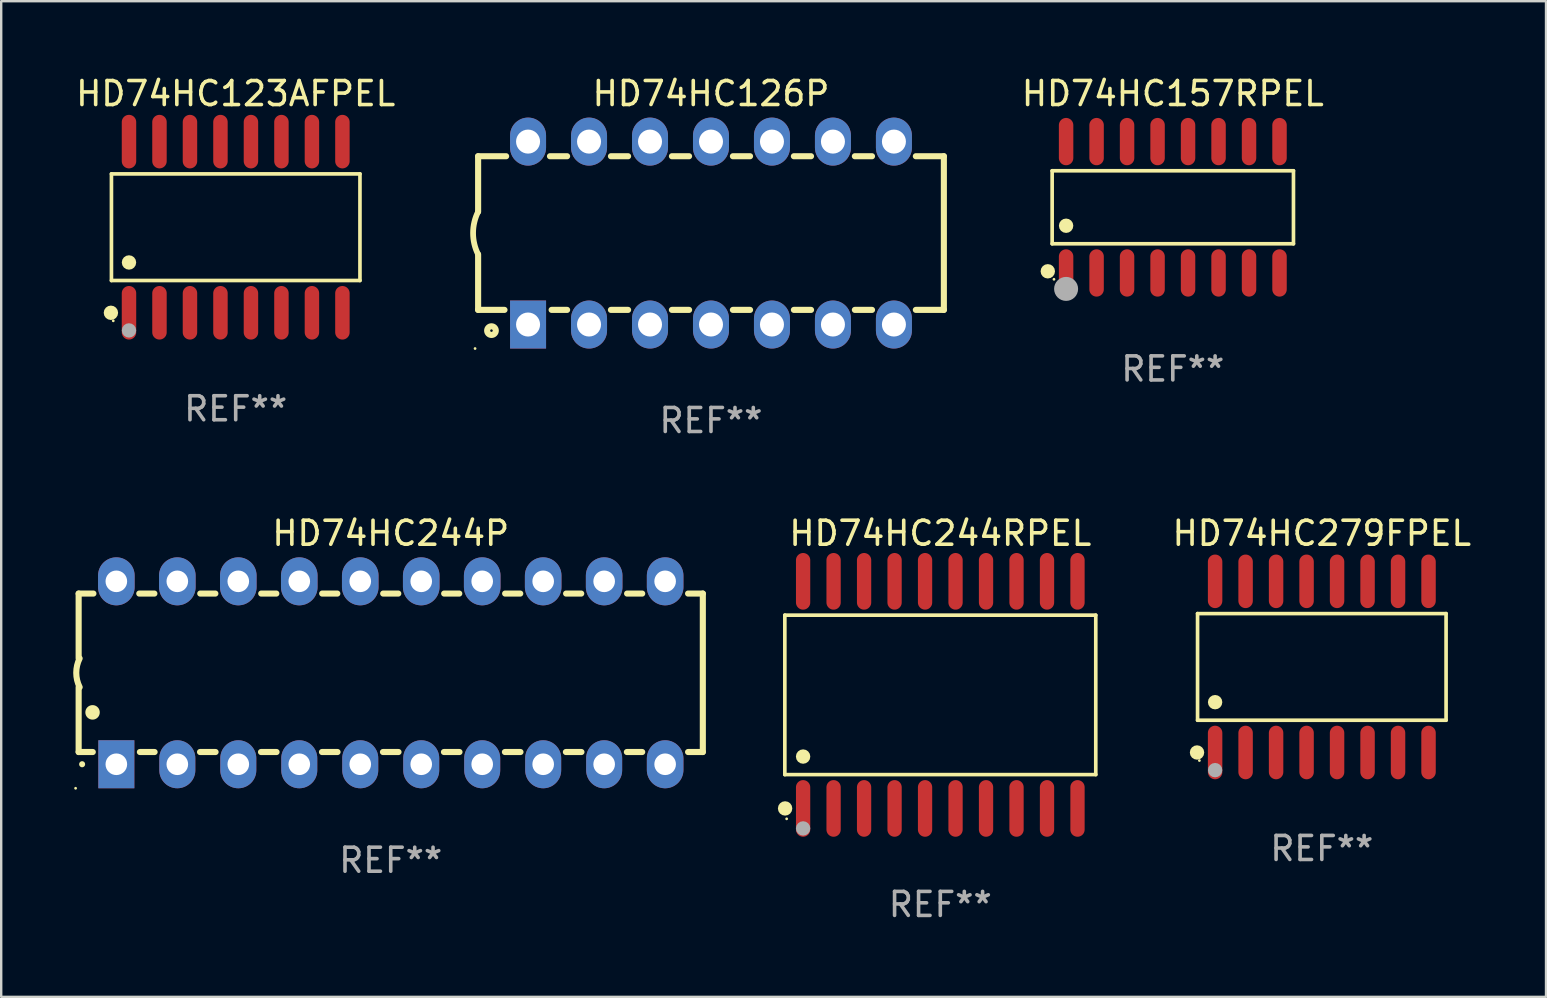
<source format=kicad_pcb>
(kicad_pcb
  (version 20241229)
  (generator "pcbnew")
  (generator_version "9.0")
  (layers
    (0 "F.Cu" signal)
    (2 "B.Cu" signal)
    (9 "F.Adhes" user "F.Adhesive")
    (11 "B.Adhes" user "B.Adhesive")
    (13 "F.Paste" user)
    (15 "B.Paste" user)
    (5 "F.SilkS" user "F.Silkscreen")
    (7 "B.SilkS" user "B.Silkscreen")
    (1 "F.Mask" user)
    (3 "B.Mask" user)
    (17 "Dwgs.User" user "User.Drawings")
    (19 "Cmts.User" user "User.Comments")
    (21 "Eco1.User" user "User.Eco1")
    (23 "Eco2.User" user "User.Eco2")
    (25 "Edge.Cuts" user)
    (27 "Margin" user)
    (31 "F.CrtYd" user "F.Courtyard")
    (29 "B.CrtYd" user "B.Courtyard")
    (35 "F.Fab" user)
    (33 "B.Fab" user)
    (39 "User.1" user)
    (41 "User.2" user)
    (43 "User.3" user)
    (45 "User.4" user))
  (footprint "HD74HC123AFPEL"
    (layer "F.Cu")
    (at 6.768 6.414)
    (property "Reference" "HD74HC123AFPEL" (at 0 -5.565 0) (layer "F.SilkS") (effects (font (size 1 1) (thickness 0.15))))
    (attr through_hole)
    (fp_line (start -5.176 -2.221) (end 5.176 -2.221) (stroke (width 0.152) (type solid)) (layer "F.SilkS"))
    (fp_line (start -5.176 2.221) (end -5.176 -2.221) (stroke (width 0.152) (type solid)) (layer "F.SilkS"))
    (fp_line (start 5.176 -2.221) (end 5.176 2.221) (stroke (width 0.152) (type solid)) (layer "F.SilkS"))
    (fp_line (start 5.176 2.221) (end -5.176 2.221) (stroke (width 0.152) (type solid)) (layer "F.SilkS"))
    (fp_circle (center -5.198 3.565) (end -5.048 3.565) (stroke (width 0.3) (type solid)) (fill no) (layer "F.SilkS"))
    (fp_circle (center -5.1 3.9) (end -5.07 3.9) (stroke (width 0.06) (type solid)) (fill no) (layer "F.SilkS"))
    (fp_circle (center -4.445 1.469) (end -4.295 1.469) (stroke (width 0.3) (type solid)) (fill no) (layer "F.SilkS"))
    (fp_circle (center -4.445 4.3) (end -4.295 4.3) (stroke (width 0.3) (type solid)) (fill no) (layer "F.Fab"))
    (fp_text user "REF**" (at 0 7.565 0) (layer "F.Fab") (effects (font (size 1 1) (thickness 0.15))))
    (pad "1" smd oval (at -4.445 3.565) (size 0.602 2.231) (layers "F.Cu" "F.Mask" "F.Paste"))
    (pad "2" smd oval (at -3.175 3.565) (size 0.602 2.231) (layers "F.Cu" "F.Mask" "F.Paste"))
    (pad "3" smd oval (at -1.905 3.565) (size 0.602 2.231) (layers "F.Cu" "F.Mask" "F.Paste"))
    (pad "4" smd oval (at -0.635 3.565) (size 0.602 2.231) (layers "F.Cu" "F.Mask" "F.Paste"))
    (pad "5" smd oval (at 0.635 3.565) (size 0.602 2.231) (layers "F.Cu" "F.Mask" "F.Paste"))
    (pad "6" smd oval (at 1.905 3.565) (size 0.602 2.231) (layers "F.Cu" "F.Mask" "F.Paste"))
    (pad "7" smd oval (at 3.175 3.565) (size 0.602 2.231) (layers "F.Cu" "F.Mask" "F.Paste"))
    (pad "8" smd oval (at 4.445 3.565) (size 0.602 2.231) (layers "F.Cu" "F.Mask" "F.Paste"))
    (pad "9" smd oval (at 4.445 -3.565) (size 0.602 2.231) (layers "F.Cu" "F.Mask" "F.Paste"))
    (pad "10" smd oval (at 3.175 -3.565) (size 0.602 2.231) (layers "F.Cu" "F.Mask" "F.Paste"))
    (pad "11" smd oval (at 1.905 -3.565) (size 0.602 2.231) (layers "F.Cu" "F.Mask" "F.Paste"))
    (pad "12" smd oval (at 0.635 -3.565) (size 0.602 2.231) (layers "F.Cu" "F.Mask" "F.Paste"))
    (pad "13" smd oval (at -0.635 -3.565) (size 0.602 2.231) (layers "F.Cu" "F.Mask" "F.Paste"))
    (pad "14" smd oval (at -1.905 -3.565) (size 0.602 2.231) (layers "F.Cu" "F.Mask" "F.Paste"))
    (pad "15" smd oval (at -3.175 -3.565) (size 0.602 2.231) (layers "F.Cu" "F.Mask" "F.Paste"))
    (pad "16" smd oval (at -4.445 -3.565) (size 0.602 2.231) (layers "F.Cu" "F.Mask" "F.Paste")))
  (footprint "HD74HC157RPEL"
    (layer "F.Cu")
    (at 45.803 5.584)
    (property "Reference" "HD74HC157RPEL" (at 0 -4.736 0) (layer "F.SilkS") (effects (font (size 1 1) (thickness 0.15))))
    (attr through_hole)
    (fp_line (start -5.026 -1.521) (end 5.026 -1.521) (stroke (width 0.152) (type solid)) (layer "F.SilkS"))
    (fp_line (start -5.026 1.521) (end -5.026 -1.521) (stroke (width 0.152) (type solid)) (layer "F.SilkS"))
    (fp_line (start 5.026 -1.521) (end 5.026 1.521) (stroke (width 0.152) (type solid)) (layer "F.SilkS"))
    (fp_line (start 5.026 1.521) (end -5.026 1.521) (stroke (width 0.152) (type solid)) (layer "F.SilkS"))
    (fp_circle (center -5.207 2.667) (end -5.057 2.667) (stroke (width 0.3) (type solid)) (fill no) (layer "F.SilkS"))
    (fp_circle (center -4.95 3) (end -4.92 3) (stroke (width 0.06) (type solid)) (fill no) (layer "F.SilkS"))
    (fp_circle (center -4.445 0.769) (end -4.295 0.769) (stroke (width 0.3) (type solid)) (fill no) (layer "F.SilkS"))
    (fp_circle (center -4.445 3.4) (end -4.195 3.4) (stroke (width 0.5) (type solid)) (fill no) (layer "F.Fab"))
    (fp_text user "REF**" (at 0 6.736 0) (layer "F.Fab") (effects (font (size 1 1) (thickness 0.15))))
    (pad "1" smd oval (at -4.445 2.736) (size 0.602 1.971) (layers "F.Cu" "F.Mask" "F.Paste"))
    (pad "2" smd oval (at -3.175 2.736) (size 0.602 1.971) (layers "F.Cu" "F.Mask" "F.Paste"))
    (pad "3" smd oval (at -1.905 2.736) (size 0.602 1.971) (layers "F.Cu" "F.Mask" "F.Paste"))
    (pad "4" smd oval (at -0.635 2.736) (size 0.602 1.971) (layers "F.Cu" "F.Mask" "F.Paste"))
    (pad "5" smd oval (at 0.635 2.736) (size 0.602 1.971) (layers "F.Cu" "F.Mask" "F.Paste"))
    (pad "6" smd oval (at 1.905 2.736) (size 0.602 1.971) (layers "F.Cu" "F.Mask" "F.Paste"))
    (pad "7" smd oval (at 3.175 2.736) (size 0.602 1.971) (layers "F.Cu" "F.Mask" "F.Paste"))
    (pad "8" smd oval (at 4.445 2.736) (size 0.602 1.971) (layers "F.Cu" "F.Mask" "F.Paste"))
    (pad "9" smd oval (at 4.445 -2.736) (size 0.602 1.971) (layers "F.Cu" "F.Mask" "F.Paste"))
    (pad "10" smd oval (at 3.175 -2.736) (size 0.602 1.971) (layers "F.Cu" "F.Mask" "F.Paste"))
    (pad "11" smd oval (at 1.905 -2.736) (size 0.602 1.971) (layers "F.Cu" "F.Mask" "F.Paste"))
    (pad "12" smd oval (at 0.635 -2.736) (size 0.602 1.971) (layers "F.Cu" "F.Mask" "F.Paste"))
    (pad "13" smd oval (at -0.635 -2.736) (size 0.602 1.971) (layers "F.Cu" "F.Mask" "F.Paste"))
    (pad "14" smd oval (at -1.905 -2.736) (size 0.602 1.971) (layers "F.Cu" "F.Mask" "F.Paste"))
    (pad "15" smd oval (at -3.175 -2.736) (size 0.602 1.971) (layers "F.Cu" "F.Mask" "F.Paste"))
    (pad "16" smd oval (at -4.445 -2.736) (size 0.602 1.971) (layers "F.Cu" "F.Mask" "F.Paste")))
  (footprint "HD74HC244P"
    (layer "F.Cu")
    (at 13.226 24.975)
    (property "Reference" "HD74HC244P" (at 0 -5.81 0) (layer "F.SilkS") (effects (font (size 1 1) (thickness 0.15))))
    (attr through_hole)
    (fp_line (start -13 -3.3) (end -12.385 -3.3) (stroke (width 0.254) (type solid)) (layer "F.SilkS"))
    (fp_line (start -13 -0.6) (end -13 -3.3) (stroke (width 0.254) (type solid)) (layer "F.SilkS"))
    (fp_line (start -13 3.3) (end -13 0.6) (stroke (width 0.254) (type solid)) (layer "F.SilkS"))
    (fp_line (start -13 3.3) (end -12.411 3.3) (stroke (width 0.254) (type solid)) (layer "F.SilkS"))
    (fp_line (start -10.475 -3.3) (end -9.845 -3.3) (stroke (width 0.254) (type solid)) (layer "F.SilkS"))
    (fp_line (start -10.449 3.3) (end -9.836 3.3) (stroke (width 0.254) (type solid)) (layer "F.SilkS"))
    (fp_line (start -7.944 3.3) (end -7.296 3.3) (stroke (width 0.254) (type solid)) (layer "F.SilkS"))
    (fp_line (start -7.935 -3.3) (end -7.305 -3.3) (stroke (width 0.254) (type solid)) (layer "F.SilkS"))
    (fp_line (start -5.404 3.3) (end -4.756 3.3) (stroke (width 0.254) (type solid)) (layer "F.SilkS"))
    (fp_line (start -5.395 -3.3) (end -4.765 -3.3) (stroke (width 0.254) (type solid)) (layer "F.SilkS"))
    (fp_line (start -2.864 3.3) (end -2.216 3.3) (stroke (width 0.254) (type solid)) (layer "F.SilkS"))
    (fp_line (start -2.855 -3.3) (end -2.225 -3.3) (stroke (width 0.254) (type solid)) (layer "F.SilkS"))
    (fp_line (start -0.324 3.3) (end 0.324 3.3) (stroke (width 0.254) (type solid)) (layer "F.SilkS"))
    (fp_line (start -0.315 -3.3) (end 0.315 -3.3) (stroke (width 0.254) (type solid)) (layer "F.SilkS"))
    (fp_line (start 2.216 3.3) (end 2.864 3.3) (stroke (width 0.254) (type solid)) (layer "F.SilkS"))
    (fp_line (start 2.225 -3.3) (end 2.855 -3.3) (stroke (width 0.254) (type solid)) (layer "F.SilkS"))
    (fp_line (start 4.756 3.3) (end 5.404 3.3) (stroke (width 0.254) (type solid)) (layer "F.SilkS"))
    (fp_line (start 4.765 -3.3) (end 5.395 -3.3) (stroke (width 0.254) (type solid)) (layer "F.SilkS"))
    (fp_line (start 7.296 3.3) (end 7.944 3.3) (stroke (width 0.254) (type solid)) (layer "F.SilkS"))
    (fp_line (start 7.305 -3.3) (end 7.935 -3.3) (stroke (width 0.254) (type solid)) (layer "F.SilkS"))
    (fp_line (start 9.836 3.3) (end 10.475 3.3) (stroke (width 0.254) (type solid)) (layer "F.SilkS"))
    (fp_line (start 9.845 -3.3) (end 10.475 -3.3) (stroke (width 0.254) (type solid)) (layer "F.SilkS"))
    (fp_line (start 12.385 -3.3) (end 13 -3.3) (stroke (width 0.254) (type solid)) (layer "F.SilkS"))
    (fp_line (start 12.385 3.3) (end 13 3.3) (stroke (width 0.254) (type solid)) (layer "F.SilkS"))
    (fp_line (start 13 -3.3) (end 13 3.3) (stroke (width 0.254) (type solid)) (layer "F.SilkS"))
    (fp_arc (start -12.957557 0.599721) (mid -13.099295 0.000123) (end -12.958598 -0.599721) (stroke (width 0.254001) (type solid)) (layer "F.SilkS"))
    (fp_arc (start -12.854966 3.810008) (mid -12.854973 3.808738) (end -12.854966 3.807468) (stroke (width 0.25) (type solid)) (layer "F.SilkS"))
    (fp_arc (start -12.420625 1.651003) (mid -12.420636 1.648463) (end -12.420625 1.645923) (stroke (width 0.6) (type solid)) (layer "F.SilkS"))
    (fp_circle (center -13.127 4.81) (end -13.097 4.81) (stroke (width 0.06) (type solid)) (fill no) (layer "F.SilkS"))
    (fp_text user "REF**" (at 0 7.81 0) (layer "F.Fab") (effects (font (size 1 1) (thickness 0.15))))
    (pad "1" thru_hole rect (at -11.43 3.81 90) (size 2 1.5) (drill 0.9) (layers "*.Cu" "*.Mask"))
    (pad "2" thru_hole oval (at -8.89 3.81 90) (size 2 1.5) (drill 0.9) (layers "*.Cu" "*.Mask"))
    (pad "3" thru_hole oval (at -6.35 3.81 90) (size 2 1.5) (drill 0.9) (layers "*.Cu" "*.Mask"))
    (pad "4" thru_hole oval (at -3.81 3.81 90) (size 2 1.5) (drill 0.9) (layers "*.Cu" "*.Mask"))
    (pad "5" thru_hole oval (at -1.27 3.81 90) (size 2 1.5) (drill 0.9) (layers "*.Cu" "*.Mask"))
    (pad "6" thru_hole oval (at 1.27 3.81 90) (size 2 1.5) (drill 0.9) (layers "*.Cu" "*.Mask"))
    (pad "7" thru_hole oval (at 3.81 3.81 90) (size 2 1.5) (drill 0.9) (layers "*.Cu" "*.Mask"))
    (pad "8" thru_hole oval (at 6.35 3.81 90) (size 2 1.5) (drill 0.9) (layers "*.Cu" "*.Mask"))
    (pad "9" thru_hole oval (at 8.89 3.81 90) (size 2 1.5) (drill 0.9) (layers "*.Cu" "*.Mask"))
    (pad "10" thru_hole oval (at 11.43 3.81 90) (size 2 1.524) (drill 0.9) (layers "*.Cu" "*.Mask"))
    (pad "11" thru_hole oval (at 11.43 -3.81 90) (size 2 1.524) (drill 0.9) (layers "*.Cu" "*.Mask"))
    (pad "12" thru_hole oval (at 8.89 -3.81 90) (size 2 1.524) (drill 0.9) (layers "*.Cu" "*.Mask"))
    (pad "13" thru_hole oval (at 6.35 -3.81 90) (size 2 1.524) (drill 0.9) (layers "*.Cu" "*.Mask"))
    (pad "14" thru_hole oval (at 3.81 -3.81 90) (size 2 1.524) (drill 0.9) (layers "*.Cu" "*.Mask"))
    (pad "15" thru_hole oval (at 1.27 -3.81 90) (size 2 1.524) (drill 0.9) (layers "*.Cu" "*.Mask"))
    (pad "16" thru_hole oval (at -1.27 -3.81 90) (size 2 1.524) (drill 0.9) (layers "*.Cu" "*.Mask"))
    (pad "17" thru_hole oval (at -3.81 -3.81 90) (size 2 1.524) (drill 0.9) (layers "*.Cu" "*.Mask"))
    (pad "18" thru_hole oval (at -6.35 -3.81 90) (size 2 1.524) (drill 0.9) (layers "*.Cu" "*.Mask"))
    (pad "19" thru_hole oval (at -8.89 -3.81 90) (size 2 1.524) (drill 0.9) (layers "*.Cu" "*.Mask"))
    (pad "20" thru_hole oval (at -11.43 -3.81 90) (size 2 1.524) (drill 0.9) (layers "*.Cu" "*.Mask")))
  (footprint "HD74HC279FPEL"
    (layer "F.Cu")
    (at 52.01 24.73)
    (property "Reference" "HD74HC279FPEL" (at 0 -5.565 0) (layer "F.SilkS") (effects (font (size 1 1) (thickness 0.15))))
    (attr through_hole)
    (fp_line (start -5.176 -2.221) (end 5.176 -2.221) (stroke (width 0.152) (type solid)) (layer "F.SilkS"))
    (fp_line (start -5.176 2.221) (end -5.176 -2.221) (stroke (width 0.152) (type solid)) (layer "F.SilkS"))
    (fp_line (start 5.176 -2.221) (end 5.176 2.221) (stroke (width 0.152) (type solid)) (layer "F.SilkS"))
    (fp_line (start 5.176 2.221) (end -5.176 2.221) (stroke (width 0.152) (type solid)) (layer "F.SilkS"))
    (fp_circle (center -5.198 3.565) (end -5.048 3.565) (stroke (width 0.3) (type solid)) (fill no) (layer "F.SilkS"))
    (fp_circle (center -5.1 3.9) (end -5.07 3.9) (stroke (width 0.06) (type solid)) (fill no) (layer "F.SilkS"))
    (fp_circle (center -4.445 1.469) (end -4.295 1.469) (stroke (width 0.3) (type solid)) (fill no) (layer "F.SilkS"))
    (fp_circle (center -4.445 4.3) (end -4.295 4.3) (stroke (width 0.3) (type solid)) (fill no) (layer "F.Fab"))
    (fp_text user "REF**" (at 0 7.565 0) (layer "F.Fab") (effects (font (size 1 1) (thickness 0.15))))
    (pad "1" smd oval (at -4.445 3.565) (size 0.602 2.231) (layers "F.Cu" "F.Mask" "F.Paste"))
    (pad "2" smd oval (at -3.175 3.565) (size 0.602 2.231) (layers "F.Cu" "F.Mask" "F.Paste"))
    (pad "3" smd oval (at -1.905 3.565) (size 0.602 2.231) (layers "F.Cu" "F.Mask" "F.Paste"))
    (pad "4" smd oval (at -0.635 3.565) (size 0.602 2.231) (layers "F.Cu" "F.Mask" "F.Paste"))
    (pad "5" smd oval (at 0.635 3.565) (size 0.602 2.231) (layers "F.Cu" "F.Mask" "F.Paste"))
    (pad "6" smd oval (at 1.905 3.565) (size 0.602 2.231) (layers "F.Cu" "F.Mask" "F.Paste"))
    (pad "7" smd oval (at 3.175 3.565) (size 0.602 2.231) (layers "F.Cu" "F.Mask" "F.Paste"))
    (pad "8" smd oval (at 4.445 3.565) (size 0.602 2.231) (layers "F.Cu" "F.Mask" "F.Paste"))
    (pad "9" smd oval (at 4.445 -3.565) (size 0.602 2.231) (layers "F.Cu" "F.Mask" "F.Paste"))
    (pad "10" smd oval (at 3.175 -3.565) (size 0.602 2.231) (layers "F.Cu" "F.Mask" "F.Paste"))
    (pad "11" smd oval (at 1.905 -3.565) (size 0.602 2.231) (layers "F.Cu" "F.Mask" "F.Paste"))
    (pad "12" smd oval (at 0.635 -3.565) (size 0.602 2.231) (layers "F.Cu" "F.Mask" "F.Paste"))
    (pad "13" smd oval (at -0.635 -3.565) (size 0.602 2.231) (layers "F.Cu" "F.Mask" "F.Paste"))
    (pad "14" smd oval (at -1.905 -3.565) (size 0.602 2.231) (layers "F.Cu" "F.Mask" "F.Paste"))
    (pad "15" smd oval (at -3.175 -3.565) (size 0.602 2.231) (layers "F.Cu" "F.Mask" "F.Paste"))
    (pad "16" smd oval (at -4.445 -3.565) (size 0.602 2.231) (layers "F.Cu" "F.Mask" "F.Paste")))
  (footprint "HD74HC244RPEL"
    (layer "F.Cu")
    (at 36.118 25.895)
    (property "Reference" "HD74HC244RPEL" (at 0 -6.73 0) (layer "F.SilkS") (effects (font (size 1 1) (thickness 0.15))))
    (attr through_hole)
    (fp_line (start -6.476 -3.321) (end 6.476 -3.321) (stroke (width 0.152) (type solid)) (layer "F.SilkS"))
    (fp_line (start -6.476 3.321) (end -6.476 -3.321) (stroke (width 0.152) (type solid)) (layer "F.SilkS"))
    (fp_line (start 6.476 -3.321) (end 6.476 3.321) (stroke (width 0.152) (type solid)) (layer "F.SilkS"))
    (fp_line (start 6.476 3.321) (end -6.476 3.321) (stroke (width 0.152) (type solid)) (layer "F.SilkS"))
    (fp_circle (center -6.465 4.73) (end -6.315 4.73) (stroke (width 0.3) (type solid)) (fill no) (layer "F.SilkS"))
    (fp_circle (center -6.4 5.163) (end -6.37 5.163) (stroke (width 0.06) (type solid)) (fill no) (layer "F.SilkS"))
    (fp_circle (center -5.715 2.569) (end -5.565 2.569) (stroke (width 0.3) (type solid)) (fill no) (layer "F.SilkS"))
    (fp_circle (center -5.715 5.563) (end -5.565 5.563) (stroke (width 0.3) (type solid)) (fill no) (layer "F.Fab"))
    (fp_text user "REF**" (at 0 8.73 0) (layer "F.Fab") (effects (font (size 1 1) (thickness 0.15))))
    (pad "1" smd oval (at -5.715 4.73) (size 0.595 2.36) (layers "F.Cu" "F.Mask" "F.Paste"))
    (pad "2" smd oval (at -4.445 4.73) (size 0.595 2.36) (layers "F.Cu" "F.Mask" "F.Paste"))
    (pad "3" smd oval (at -3.175 4.73) (size 0.595 2.36) (layers "F.Cu" "F.Mask" "F.Paste"))
    (pad "4" smd oval (at -1.905 4.73) (size 0.595 2.36) (layers "F.Cu" "F.Mask" "F.Paste"))
    (pad "5" smd oval (at -0.635 4.73) (size 0.595 2.36) (layers "F.Cu" "F.Mask" "F.Paste"))
    (pad "6" smd oval (at 0.635 4.73) (size 0.595 2.36) (layers "F.Cu" "F.Mask" "F.Paste"))
    (pad "7" smd oval (at 1.905 4.73) (size 0.595 2.36) (layers "F.Cu" "F.Mask" "F.Paste"))
    (pad "8" smd oval (at 3.175 4.73) (size 0.595 2.36) (layers "F.Cu" "F.Mask" "F.Paste"))
    (pad "9" smd oval (at 4.445 4.73) (size 0.595 2.36) (layers "F.Cu" "F.Mask" "F.Paste"))
    (pad "10" smd oval (at 5.715 4.73) (size 0.595 2.36) (layers "F.Cu" "F.Mask" "F.Paste"))
    (pad "11" smd oval (at 5.715 -4.73) (size 0.595 2.36) (layers "F.Cu" "F.Mask" "F.Paste"))
    (pad "12" smd oval (at 4.445 -4.73) (size 0.595 2.36) (layers "F.Cu" "F.Mask" "F.Paste"))
    (pad "13" smd oval (at 3.175 -4.73) (size 0.595 2.36) (layers "F.Cu" "F.Mask" "F.Paste"))
    (pad "14" smd oval (at 1.905 -4.73) (size 0.595 2.36) (layers "F.Cu" "F.Mask" "F.Paste"))
    (pad "15" smd oval (at 0.635 -4.73) (size 0.595 2.36) (layers "F.Cu" "F.Mask" "F.Paste"))
    (pad "16" smd oval (at -0.635 -4.73) (size 0.595 2.36) (layers "F.Cu" "F.Mask" "F.Paste"))
    (pad "17" smd oval (at -1.905 -4.73) (size 0.595 2.36) (layers "F.Cu" "F.Mask" "F.Paste"))
    (pad "18" smd oval (at -3.175 -4.73) (size 0.595 2.36) (layers "F.Cu" "F.Mask" "F.Paste"))
    (pad "19" smd oval (at -4.445 -4.73) (size 0.595 2.36) (layers "F.Cu" "F.Mask" "F.Paste"))
    (pad "20" smd oval (at -5.715 -4.73) (size 0.595 2.36) (layers "F.Cu" "F.Mask" "F.Paste")))
  (footprint "HD74HC126P"
    (layer "F.Cu")
    (at 26.566 6.658)
    (property "Reference" "HD74HC126P" (at 0 -5.81 0) (layer "F.SilkS") (effects (font (size 1 1) (thickness 0.15))))
    (attr through_hole)
    (fp_line (start -9.7 -3.2) (end -9.7 -0.889) (stroke (width 0.254) (type solid)) (layer "F.SilkS"))
    (fp_line (start -9.7 -3.2) (end -8.533 -3.2) (stroke (width 0.254) (type solid)) (layer "F.SilkS"))
    (fp_line (start -9.7 3.2) (end -9.7 0.889) (stroke (width 0.254) (type solid)) (layer "F.SilkS"))
    (fp_line (start -9.7 3.2) (end -8.601 3.2) (stroke (width 0.254) (type solid)) (layer "F.SilkS"))
    (fp_line (start -6.707 -3.2) (end -5.993 -3.2) (stroke (width 0.254) (type solid)) (layer "F.SilkS"))
    (fp_line (start -6.639 3.2) (end -5.993 3.2) (stroke (width 0.254) (type solid)) (layer "F.SilkS"))
    (fp_line (start -4.168 3.2) (end -3.453 3.2) (stroke (width 0.254) (type solid)) (layer "F.SilkS"))
    (fp_line (start -4.167 -3.2) (end -3.453 -3.2) (stroke (width 0.254) (type solid)) (layer "F.SilkS"))
    (fp_line (start -1.628 3.2) (end -0.912 3.2) (stroke (width 0.254) (type solid)) (layer "F.SilkS"))
    (fp_line (start -1.627 -3.2) (end -0.913 -3.2) (stroke (width 0.254) (type solid)) (layer "F.SilkS"))
    (fp_line (start 0.912 3.2) (end 1.628 3.2) (stroke (width 0.254) (type solid)) (layer "F.SilkS"))
    (fp_line (start 0.913 -3.2) (end 1.627 -3.2) (stroke (width 0.254) (type solid)) (layer "F.SilkS"))
    (fp_line (start 3.453 3.2) (end 4.168 3.2) (stroke (width 0.254) (type solid)) (layer "F.SilkS"))
    (fp_line (start 3.453 -3.2) (end 4.167 -3.2) (stroke (width 0.254) (type solid)) (layer "F.SilkS"))
    (fp_line (start 5.993 3.2) (end 6.708 3.2) (stroke (width 0.254) (type solid)) (layer "F.SilkS"))
    (fp_line (start 5.993 -3.2) (end 6.707 -3.2) (stroke (width 0.254) (type solid)) (layer "F.SilkS"))
    (fp_line (start 8.533 3.2) (end 9.7 3.2) (stroke (width 0.254) (type solid)) (layer "F.SilkS"))
    (fp_line (start 8.533 -3.2) (end 9.7 -3.2) (stroke (width 0.254) (type solid)) (layer "F.SilkS"))
    (fp_line (start 9.7 3.2) (end 9.7 -3.2) (stroke (width 0.254) (type solid)) (layer "F.SilkS"))
    (fp_arc (start -9.699822 0.889002) (mid -9.909826 0.000048) (end -9.700229 -0.889002) (stroke (width 0.240005) (type solid)) (layer "F.SilkS"))
    (fp_circle (center -9.827 4.81) (end -9.797 4.81) (stroke (width 0.06) (type solid)) (fill no) (layer "F.SilkS"))
    (fp_circle (center -9.144 4.064) (end -8.964 4.064) (stroke (width 0.254) (type solid)) (fill no) (layer "F.SilkS"))
    (fp_text user "REF**" (at 0 7.81 0) (layer "F.Fab") (effects (font (size 1 1) (thickness 0.15))))
    (pad "1" thru_hole rect (at -7.62 3.81 90) (size 2 1.5) (drill 1) (layers "*.Cu" "*.Mask"))
    (pad "2" thru_hole oval (at -5.08 3.81 90) (size 2 1.5) (drill 1) (layers "*.Cu" "*.Mask"))
    (pad "3" thru_hole oval (at -2.54 3.81 90) (size 2 1.5) (drill 1) (layers "*.Cu" "*.Mask"))
    (pad "4" thru_hole oval (at 0 3.81 90) (size 2 1.5) (drill 1) (layers "*.Cu" "*.Mask"))
    (pad "5" thru_hole oval (at 2.54 3.81 90) (size 2 1.5) (drill 1) (layers "*.Cu" "*.Mask"))
    (pad "6" thru_hole oval (at 5.08 3.81 90) (size 2 1.5) (drill 1) (layers "*.Cu" "*.Mask"))
    (pad "7" thru_hole oval (at 7.62 3.81 90) (size 2 1.5) (drill 1) (layers "*.Cu" "*.Mask"))
    (pad "8" thru_hole oval (at 7.62 -3.81 90) (size 2 1.5) (drill 1) (layers "*.Cu" "*.Mask"))
    (pad "9" thru_hole oval (at 5.08 -3.81 90) (size 2 1.5) (drill 1) (layers "*.Cu" "*.Mask"))
    (pad "10" thru_hole oval (at 2.54 -3.81 90) (size 2 1.5) (drill 1) (layers "*.Cu" "*.Mask"))
    (pad "11" thru_hole oval (at 0 -3.81 90) (size 2 1.5) (drill 1) (layers "*.Cu" "*.Mask"))
    (pad "12" thru_hole oval (at -2.54 -3.81 90) (size 2 1.5) (drill 1) (layers "*.Cu" "*.Mask"))
    (pad "13" thru_hole oval (at -5.08 -3.81 90) (size 2 1.5) (drill 1) (layers "*.Cu" "*.Mask"))
    (pad "14" thru_hole oval (at -7.62 -3.81 90) (size 2 1.5) (drill 1) (layers "*.Cu" "*.Mask")))
  (gr_rect
    (start -3 -3)
    (end 61.349 38.473)
    (stroke (width 0.1) (type default))
    (fill no)
    (layer "Edge.Cuts")))
</source>
